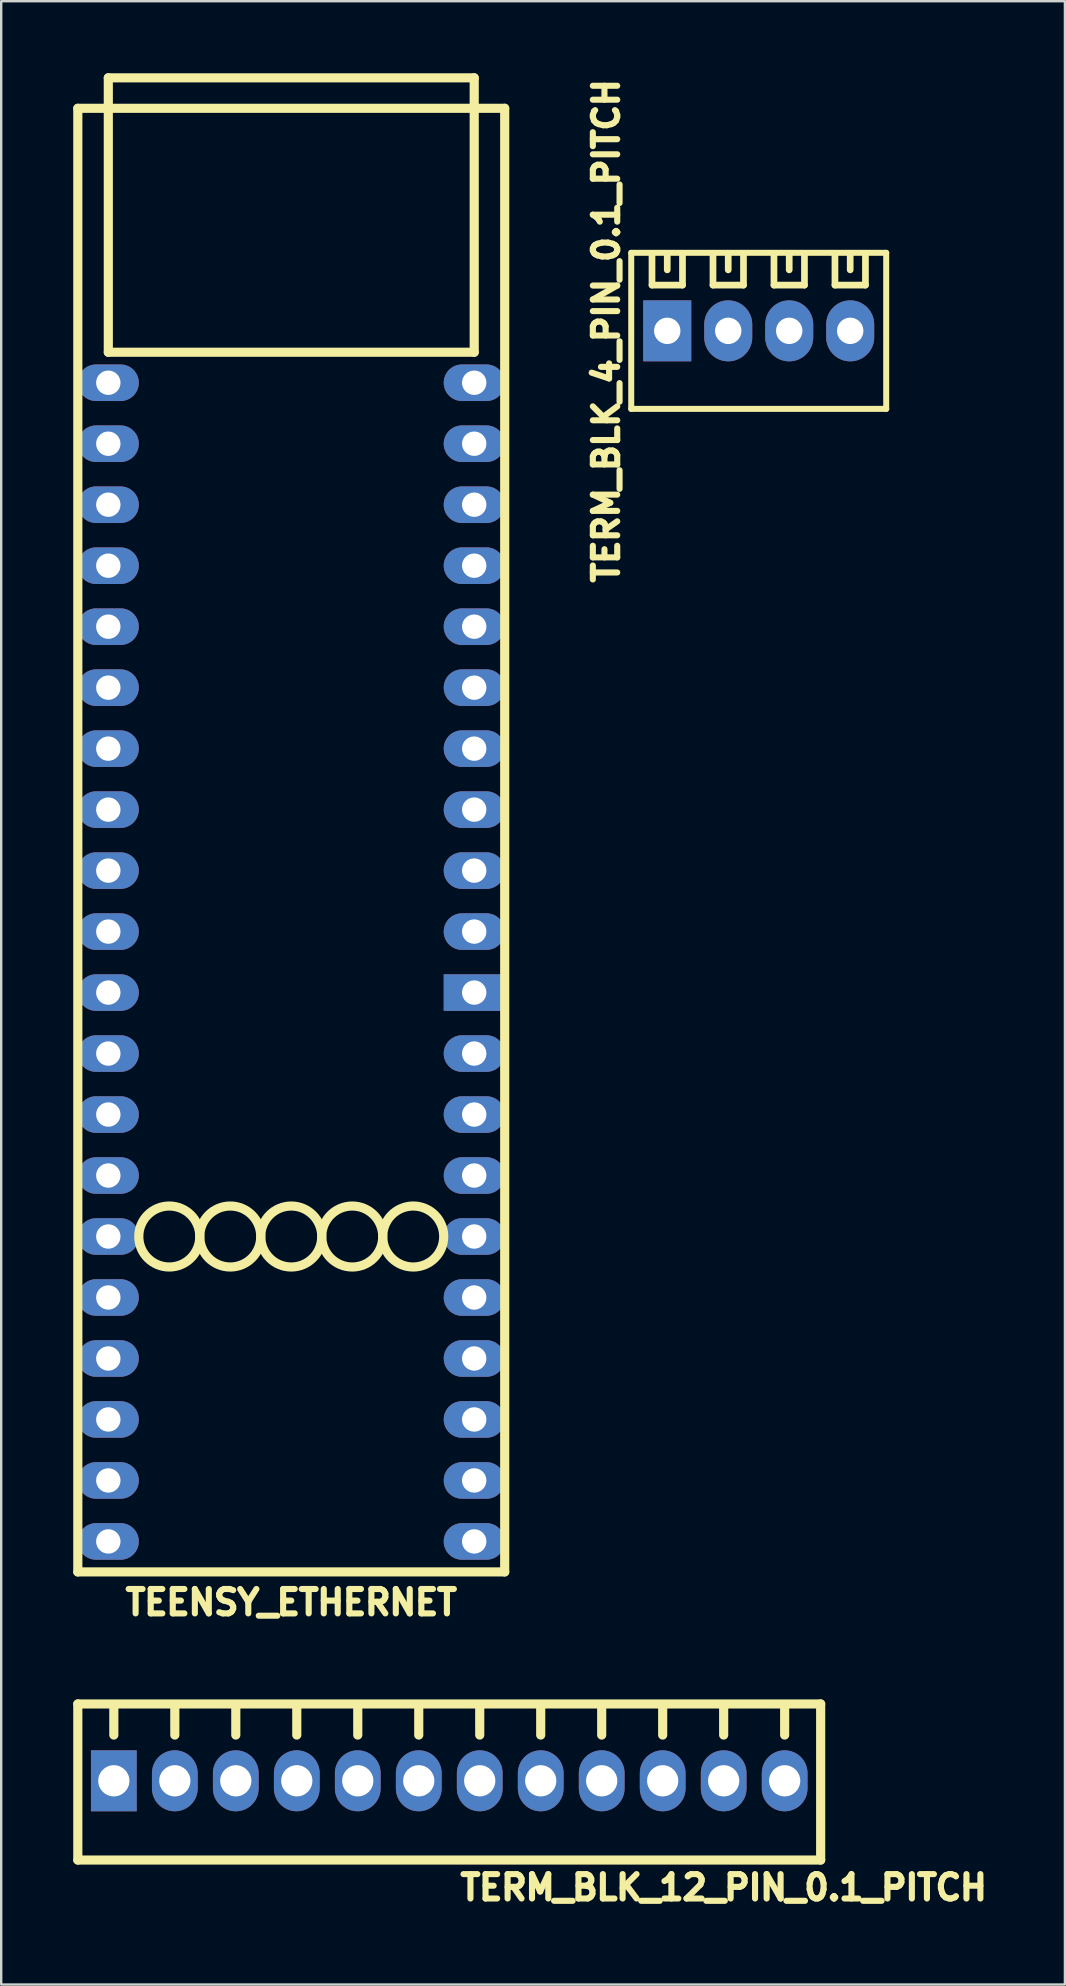
<source format=kicad_pcb>
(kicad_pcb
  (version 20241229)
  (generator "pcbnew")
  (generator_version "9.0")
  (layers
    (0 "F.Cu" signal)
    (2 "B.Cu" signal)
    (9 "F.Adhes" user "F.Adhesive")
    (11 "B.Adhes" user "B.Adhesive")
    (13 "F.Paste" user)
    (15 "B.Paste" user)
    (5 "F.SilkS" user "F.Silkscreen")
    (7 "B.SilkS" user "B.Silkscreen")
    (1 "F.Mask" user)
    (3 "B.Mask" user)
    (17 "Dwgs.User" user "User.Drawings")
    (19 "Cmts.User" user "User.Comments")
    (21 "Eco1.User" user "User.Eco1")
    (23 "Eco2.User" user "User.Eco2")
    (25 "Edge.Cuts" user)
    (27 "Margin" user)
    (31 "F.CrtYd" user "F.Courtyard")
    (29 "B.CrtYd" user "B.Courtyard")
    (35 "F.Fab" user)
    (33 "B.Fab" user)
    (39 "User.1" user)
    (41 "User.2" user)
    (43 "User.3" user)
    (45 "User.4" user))
  (footprint "TEENSY_ETHERNET"
    (layer "F.Cu")
    (at 9.081 19.241)
    (property "Reference" "TEENSY_ETHERNET" (at 0 44.45 0) (layer "F.SilkS") (effects (font (size 1.016 1.016) (thickness 0.254))))
    (attr through_hole)
    (fp_line (start -8.89 -17.78) (end -8.89 43.18) (stroke (width 0.381) (type solid)) (layer "F.SilkS"))
    (fp_line (start -8.89 43.18) (end 8.89 43.18) (stroke (width 0.381) (type solid)) (layer "F.SilkS"))
    (fp_line (start -7.62 -19.05) (end 7.62 -19.05) (stroke (width 0.381) (type solid)) (layer "F.SilkS"))
    (fp_line (start -7.62 -17.78) (end -7.62 -19.05) (stroke (width 0.381) (type solid)) (layer "F.SilkS"))
    (fp_line (start -7.62 -17.78) (end -7.62 -7.62) (stroke (width 0.381) (type solid)) (layer "F.SilkS"))
    (fp_line (start -7.62 -7.62) (end 7.62 -7.62) (stroke (width 0.381) (type solid)) (layer "F.SilkS"))
    (fp_line (start 7.62 -19.05) (end 7.62 -17.78) (stroke (width 0.381) (type solid)) (layer "F.SilkS"))
    (fp_line (start 7.62 -7.62) (end 7.62 -17.78) (stroke (width 0.381) (type solid)) (layer "F.SilkS"))
    (fp_line (start 8.89 -17.78) (end -8.89 -17.78) (stroke (width 0.381) (type solid)) (layer "F.SilkS"))
    (fp_line (start 8.89 -17.78) (end 8.89 43.18) (stroke (width 0.381) (type solid)) (layer "F.SilkS"))
    (fp_circle (center -5.08 29.21) (end -5.08 27.94) (stroke (width 0.381) (type solid)) (fill no) (layer "F.SilkS"))
    (fp_circle (center -2.54 29.21) (end -2.54 27.94) (stroke (width 0.381) (type solid)) (fill no) (layer "F.SilkS"))
    (fp_circle (center 0 29.21) (end 0 27.94) (stroke (width 0.381) (type solid)) (fill no) (layer "F.SilkS"))
    (fp_circle (center 2.54 29.21) (end 2.54 27.94) (stroke (width 0.381) (type solid)) (fill no) (layer "F.SilkS"))
    (fp_circle (center 5.08 29.21) (end 5.08 27.94) (stroke (width 0.381) (type solid)) (fill no) (layer "F.SilkS"))
    (pad "" thru_hole oval (at -7.62 -1.27) (size 2.54 1.524) (drill 1.016) (layers "*.Cu" "*.Mask"))
    (pad "" thru_hole oval (at -7.62 1.27) (size 2.54 1.524) (drill 1.016) (layers "*.Cu" "*.Mask"))
    (pad "" thru_hole oval (at -7.62 3.81) (size 2.54 1.524) (drill 1.016) (layers "*.Cu" "*.Mask"))
    (pad "" thru_hole oval (at -7.62 6.35) (size 2.54 1.524) (drill 1.016) (layers "*.Cu" "*.Mask"))
    (pad "" thru_hole oval (at -7.62 8.89) (size 2.54 1.524) (drill 1.016) (layers "*.Cu" "*.Mask"))
    (pad "" thru_hole oval (at -7.62 11.43) (size 2.54 1.524) (drill 1.016) (layers "*.Cu" "*.Mask"))
    (pad "" thru_hole oval (at -7.62 13.97) (size 2.54 1.524) (drill 1.016) (layers "*.Cu" "*.Mask"))
    (pad "" thru_hole oval (at -7.62 16.51) (size 2.54 1.524) (drill 1.016) (layers "*.Cu" "*.Mask"))
    (pad "" thru_hole oval (at -7.62 19.05) (size 2.54 1.524) (drill 1.016) (layers "*.Cu" "*.Mask"))
    (pad "" thru_hole oval (at -7.62 34.29) (size 2.54 1.524) (drill 1.016) (layers "*.Cu" "*.Mask"))
    (pad "" thru_hole oval (at -7.62 36.83) (size 2.54 1.524) (drill 1.016) (layers "*.Cu" "*.Mask"))
    (pad "" thru_hole oval (at -7.62 39.37) (size 2.54 1.524) (drill 1.016) (layers "*.Cu" "*.Mask"))
    (pad "" thru_hole oval (at -7.62 41.91) (size 2.54 1.524) (drill 1.016) (layers "*.Cu" "*.Mask"))
    (pad "" thru_hole oval (at 7.62 -6.35) (size 2.54 1.524) (drill 1.016) (layers "*.Cu" "*.Mask"))
    (pad "" thru_hole oval (at 7.62 -3.81) (size 2.54 1.524) (drill 1.016) (layers "*.Cu" "*.Mask"))
    (pad "" thru_hole oval (at 7.62 -1.27) (size 2.54 1.524) (drill 1.016) (layers "*.Cu" "*.Mask"))
    (pad "" thru_hole oval (at 7.62 1.27) (size 2.54 1.524) (drill 1.016) (layers "*.Cu" "*.Mask"))
    (pad "" thru_hole oval (at 7.62 3.81) (size 2.54 1.524) (drill 1.016) (layers "*.Cu" "*.Mask"))
    (pad "" thru_hole oval (at 7.62 6.35) (size 2.54 1.524) (drill 1.016) (layers "*.Cu" "*.Mask"))
    (pad "" thru_hole oval (at 7.62 8.89) (size 2.54 1.524) (drill 1.016) (layers "*.Cu" "*.Mask"))
    (pad "" thru_hole oval (at 7.62 11.43) (size 2.54 1.524) (drill 1.016) (layers "*.Cu" "*.Mask"))
    (pad "" thru_hole oval (at 7.62 13.97) (size 2.54 1.524) (drill 1.016) (layers "*.Cu" "*.Mask"))
    (pad "" thru_hole oval (at 7.62 16.51) (size 2.54 1.524) (drill 1.016) (layers "*.Cu" "*.Mask"))
    (pad "" thru_hole rect (at 7.62 19.05) (size 2.54 1.524) (drill 1.016) (layers "*.Cu" "*.Mask"))
    (pad "" thru_hole oval (at 7.62 21.59) (size 2.54 1.524) (drill 1.016) (layers "*.Cu" "*.Mask"))
    (pad "" thru_hole oval (at 7.62 24.13) (size 2.54 1.524) (drill 1.016) (layers "*.Cu" "*.Mask"))
    (pad "" thru_hole oval (at 7.62 29.21) (size 2.54 1.524) (drill 1.016) (layers "*.Cu" "*.Mask"))
    (pad "" thru_hole oval (at 7.62 31.75) (size 2.54 1.524) (drill 1.016) (layers "*.Cu" "*.Mask"))
    (pad "" thru_hole oval (at 7.62 34.29) (size 2.54 1.524) (drill 1.016) (layers "*.Cu" "*.Mask"))
    (pad "" thru_hole oval (at 7.62 36.83) (size 2.54 1.524) (drill 1.016) (layers "*.Cu" "*.Mask"))
    (pad "" thru_hole oval (at 7.62 39.37) (size 2.54 1.524) (drill 1.016) (layers "*.Cu" "*.Mask"))
    (pad "" thru_hole oval (at 7.62 41.91) (size 2.54 1.524) (drill 1.016) (layers "*.Cu" "*.Mask"))
    (pad "3" thru_hole oval (at -7.62 -6.35) (size 2.54 1.524) (drill 1.016) (layers "*.Cu" "*.Mask"))
    (pad "4" thru_hole oval (at -7.62 -3.81) (size 2.54 1.524) (drill 1.016) (layers "*.Cu" "*.Mask"))
    (pad "24" thru_hole oval (at -7.62 21.59) (size 2.54 1.524) (drill 1.016) (layers "*.Cu" "*.Mask"))
    (pad "25" thru_hole oval (at -7.62 24.13) (size 2.54 1.524) (drill 1.016) (layers "*.Cu" "*.Mask"))
    (pad "26" thru_hole oval (at -7.62 26.67) (size 2.54 1.524) (drill 1.016) (layers "*.Cu" "*.Mask"))
    (pad "27" thru_hole oval (at -7.62 29.21) (size 2.54 1.524) (drill 1.016) (layers "*.Cu" "*.Mask"))
    (pad "28" thru_hole oval (at -7.62 31.75) (size 2.54 1.524) (drill 1.016) (layers "*.Cu" "*.Mask"))
    (pad "39" thru_hole oval (at 7.62 26.67) (size 2.54 1.524) (drill 1.016) (layers "*.Cu" "*.Mask")))
  (footprint "TERM_BLK_4_PIN_0.1_PITCH"
    (layer "F.Cu")
    (at 28.551 10.73)
    (property "Reference" "TERM_BLK_4_PIN_0.1_PITCH" (at -6.35 0 90) (layer "F.SilkS") (effects (font (size 1.016 1.016) (thickness 0.254))))
    (attr through_hole)
    (fp_line (start -5.31 -3.25) (end -5.31 3.25) (stroke (width 0.25) (type solid)) (layer "F.SilkS"))
    (fp_line (start -5.31 -3.25) (end 5.31 -3.25) (stroke (width 0.25) (type solid)) (layer "F.SilkS"))
    (fp_line (start -5.31 3.25) (end 5.31 3.25) (stroke (width 0.25) (type solid)) (layer "F.SilkS"))
    (fp_line (start -4.445 -3.175) (end -4.445 -1.905) (stroke (width 0.279) (type solid)) (layer "F.SilkS"))
    (fp_line (start -4.445 -1.905) (end -3.175 -1.905) (stroke (width 0.279) (type solid)) (layer "F.SilkS"))
    (fp_line (start -3.81 -2.54) (end -3.81 -3.175) (stroke (width 0.279) (type solid)) (layer "F.SilkS"))
    (fp_line (start -3.175 -1.905) (end -3.175 -3.175) (stroke (width 0.279) (type solid)) (layer "F.SilkS"))
    (fp_line (start -1.905 -3.175) (end -1.905 -1.905) (stroke (width 0.279) (type solid)) (layer "F.SilkS"))
    (fp_line (start -1.905 -1.905) (end -0.635 -1.905) (stroke (width 0.279) (type solid)) (layer "F.SilkS"))
    (fp_line (start -1.27 -2.54) (end -1.27 -3.175) (stroke (width 0.279) (type solid)) (layer "F.SilkS"))
    (fp_line (start -0.635 -1.905) (end -0.635 -3.175) (stroke (width 0.279) (type solid)) (layer "F.SilkS"))
    (fp_line (start 0.635 -3.175) (end 0.635 -1.905) (stroke (width 0.279) (type solid)) (layer "F.SilkS"))
    (fp_line (start 0.635 -1.905) (end 1.905 -1.905) (stroke (width 0.279) (type solid)) (layer "F.SilkS"))
    (fp_line (start 1.27 -2.54) (end 1.27 -3.175) (stroke (width 0.279) (type solid)) (layer "F.SilkS"))
    (fp_line (start 1.905 -1.905) (end 1.905 -3.175) (stroke (width 0.279) (type solid)) (layer "F.SilkS"))
    (fp_line (start 3.175 -3.175) (end 3.175 -1.905) (stroke (width 0.279) (type solid)) (layer "F.SilkS"))
    (fp_line (start 3.175 -1.905) (end 4.445 -1.905) (stroke (width 0.279) (type solid)) (layer "F.SilkS"))
    (fp_line (start 3.81 -2.54) (end 3.81 -3.175) (stroke (width 0.279) (type solid)) (layer "F.SilkS"))
    (fp_line (start 4.445 -1.905) (end 4.445 -3.175) (stroke (width 0.279) (type solid)) (layer "F.SilkS"))
    (fp_line (start 5.31 -3.25) (end 5.31 3.25) (stroke (width 0.25) (type solid)) (layer "F.SilkS"))
    (pad "1" thru_hole rect (at -3.81 0) (size 2 2.54) (drill 1.1) (layers "*.Cu" "*.Mask"))
    (pad "2" thru_hole oval (at -1.27 0) (size 2 2.54) (drill 1.1) (layers "*.Cu" "*.Mask"))
    (pad "3" thru_hole oval (at 1.27 0) (size 2 2.54) (drill 1.1) (layers "*.Cu" "*.Mask"))
    (pad "4" thru_hole oval (at 3.81 0) (size 2 2.54) (drill 1.1) (layers "*.Cu" "*.Mask")))
  (footprint "TERM_BLK_12_PIN_0.1_PITCH"
    (layer "F.Cu")
    (at 15.661 71.121)
    (property "Reference" "TERM_BLK_12_PIN_0.1_PITCH" (at 11.43 4.445 0) (layer "F.SilkS") (effects (font (size 1.016 1.016) (thickness 0.254))))
    (attr through_hole)
    (fp_line (start -15.47 -3.2) (end -15.47 3.3) (stroke (width 0.381) (type solid)) (layer "F.SilkS"))
    (fp_line (start -15.47 -3.2) (end 15.47 -3.2) (stroke (width 0.381) (type solid)) (layer "F.SilkS"))
    (fp_line (start -15.47 3.3) (end 15.47 3.3) (stroke (width 0.381) (type solid)) (layer "F.SilkS"))
    (fp_line (start -13.97 -1.905) (end -13.97 -3.175) (stroke (width 0.381) (type solid)) (layer "F.SilkS"))
    (fp_line (start -11.43 -1.905) (end -11.43 -3.175) (stroke (width 0.381) (type solid)) (layer "F.SilkS"))
    (fp_line (start -8.89 -1.905) (end -8.89 -3.175) (stroke (width 0.381) (type solid)) (layer "F.SilkS"))
    (fp_line (start -6.35 -1.905) (end -6.35 -3.175) (stroke (width 0.381) (type solid)) (layer "F.SilkS"))
    (fp_line (start -3.81 -1.905) (end -3.81 -3.175) (stroke (width 0.381) (type solid)) (layer "F.SilkS"))
    (fp_line (start -1.27 -1.905) (end -1.27 -3.175) (stroke (width 0.381) (type solid)) (layer "F.SilkS"))
    (fp_line (start 1.27 -1.905) (end 1.27 -3.175) (stroke (width 0.381) (type solid)) (layer "F.SilkS"))
    (fp_line (start 3.81 -1.905) (end 3.81 -3.175) (stroke (width 0.381) (type solid)) (layer "F.SilkS"))
    (fp_line (start 6.35 -1.905) (end 6.35 -3.175) (stroke (width 0.381) (type solid)) (layer "F.SilkS"))
    (fp_line (start 8.89 -1.905) (end 8.89 -3.175) (stroke (width 0.381) (type solid)) (layer "F.SilkS"))
    (fp_line (start 11.43 -1.905) (end 11.43 -3.175) (stroke (width 0.381) (type solid)) (layer "F.SilkS"))
    (fp_line (start 13.97 -1.905) (end 13.97 -3.175) (stroke (width 0.381) (type solid)) (layer "F.SilkS"))
    (fp_line (start 15.47 -3.2) (end 15.47 3.3) (stroke (width 0.381) (type solid)) (layer "F.SilkS"))
    (pad "1" thru_hole rect (at -13.97 0) (size 1.905 2.54) (drill 1.3) (layers "*.Cu" "*.Mask"))
    (pad "2" thru_hole oval (at -11.43 0) (size 1.905 2.54) (drill 1.3) (layers "*.Cu" "*.Mask"))
    (pad "3" thru_hole oval (at -8.89 0) (size 1.905 2.54) (drill 1.3) (layers "*.Cu" "*.Mask"))
    (pad "4" thru_hole oval (at -6.35 0) (size 1.905 2.54) (drill 1.3) (layers "*.Cu" "*.Mask"))
    (pad "5" thru_hole oval (at -3.81 0) (size 1.905 2.54) (drill 1.3) (layers "*.Cu" "*.Mask"))
    (pad "6" thru_hole oval (at -1.27 0) (size 1.905 2.54) (drill 1.3) (layers "*.Cu" "*.Mask"))
    (pad "7" thru_hole oval (at 1.27 0) (size 1.905 2.54) (drill 1.3) (layers "*.Cu" "*.Mask"))
    (pad "8" thru_hole oval (at 3.81 0) (size 1.905 2.54) (drill 1.3) (layers "*.Cu" "*.Mask"))
    (pad "9" thru_hole oval (at 6.35 0) (size 1.905 2.54) (drill 1.3) (layers "*.Cu" "*.Mask"))
    (pad "10" thru_hole oval (at 8.89 0) (size 1.905 2.54) (drill 1.3) (layers "*.Cu" "*.Mask"))
    (pad "11" thru_hole oval (at 11.43 0) (size 1.905 2.54) (drill 1.3) (layers "*.Cu" "*.Mask"))
    (pad "12" thru_hole oval (at 13.97 0) (size 1.905 2.54) (drill 1.3) (layers "*.Cu" "*.Mask")))
  (gr_rect
    (start -3 -3)
    (end 41.304 79.606)
    (stroke (width 0.1) (type default))
    (fill no)
    (layer "Edge.Cuts")))
</source>
